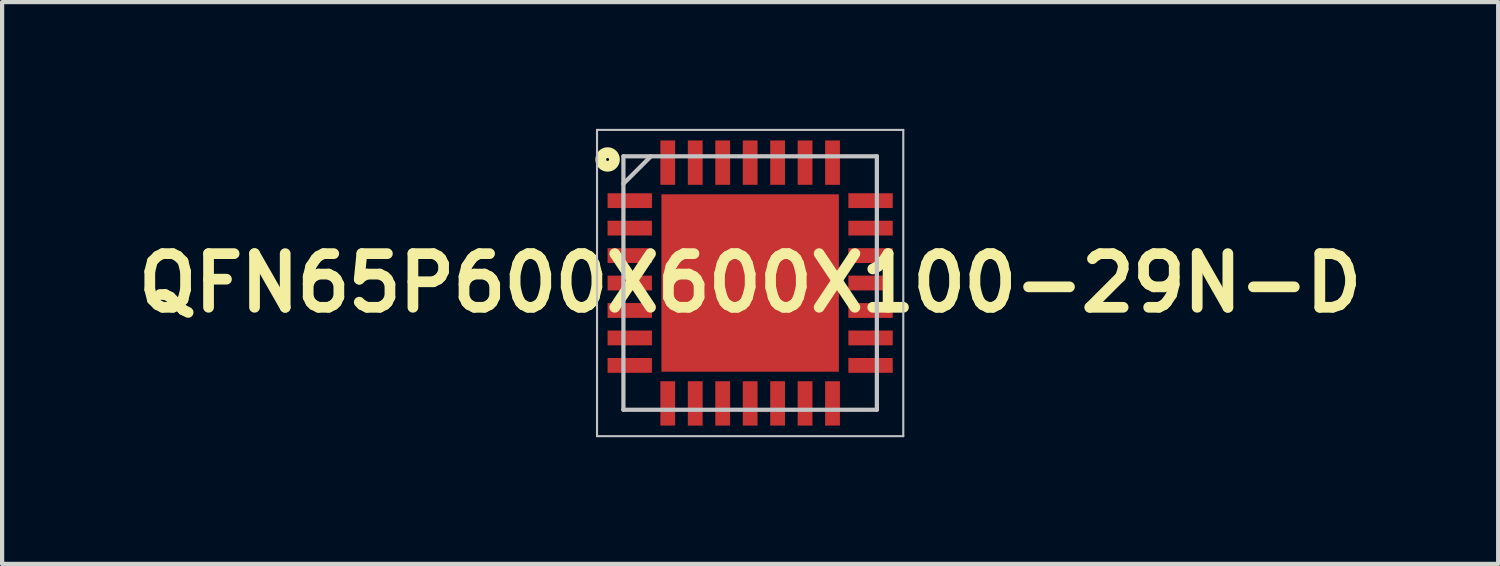
<source format=kicad_pcb>
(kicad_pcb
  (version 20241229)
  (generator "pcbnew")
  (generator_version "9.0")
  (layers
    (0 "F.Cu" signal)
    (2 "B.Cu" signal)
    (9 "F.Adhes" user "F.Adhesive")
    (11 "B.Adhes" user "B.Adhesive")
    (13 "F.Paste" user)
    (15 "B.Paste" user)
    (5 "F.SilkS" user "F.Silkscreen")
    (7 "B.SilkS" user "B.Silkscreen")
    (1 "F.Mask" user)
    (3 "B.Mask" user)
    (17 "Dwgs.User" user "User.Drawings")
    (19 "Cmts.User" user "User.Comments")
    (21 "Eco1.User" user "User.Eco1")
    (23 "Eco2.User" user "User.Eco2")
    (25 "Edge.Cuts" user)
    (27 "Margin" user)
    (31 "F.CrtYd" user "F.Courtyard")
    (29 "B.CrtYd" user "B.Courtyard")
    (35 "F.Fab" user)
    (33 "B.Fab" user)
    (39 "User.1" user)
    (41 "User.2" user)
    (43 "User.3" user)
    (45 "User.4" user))
  (footprint "QFN65P600X600X100-29N-D"
    (layer "F.Cu")
    (at 14.708 3.65)
    (property "Reference" "QFN65P600X600X100-29N-D" (at 0 0 0) (layer "F.SilkS") (effects (font (size 1.27 1.27) (thickness 0.254))))
    (attr smd)
    (fp_circle (center -3.374 -2.925) (end -3.212 -2.925) (stroke (width 0.254) (type solid)) (fill no) (layer "F.SilkS"))
    (fp_line (start -3.625 -3.625) (end 3.625 -3.625) (stroke (width 0.05) (type solid)) (layer "Dwgs.User"))
    (fp_line (start -3.625 3.625) (end -3.625 -3.625) (stroke (width 0.05) (type solid)) (layer "Dwgs.User"))
    (fp_line (start -3 -3) (end 3 -3) (stroke (width 0.1) (type solid)) (layer "Dwgs.User"))
    (fp_line (start -3 -2.35) (end -2.35 -3) (stroke (width 0.1) (type solid)) (layer "Dwgs.User"))
    (fp_line (start -3 3) (end -3 -3) (stroke (width 0.1) (type solid)) (layer "Dwgs.User"))
    (fp_line (start 3 -3) (end 3 3) (stroke (width 0.1) (type solid)) (layer "Dwgs.User"))
    (fp_line (start 3 3) (end -3 3) (stroke (width 0.1) (type solid)) (layer "Dwgs.User"))
    (fp_line (start 3.625 -3.625) (end 3.625 3.625) (stroke (width 0.05) (type solid)) (layer "Dwgs.User"))
    (fp_line (start 3.625 3.625) (end -3.625 3.625) (stroke (width 0.05) (type solid)) (layer "Dwgs.User"))
    (pad "1" smd rect (at -2.85 -1.95 90) (size 0.35 1.05) (layers "F.Cu" "F.Mask" "F.Paste"))
    (pad "2" smd rect (at -2.85 -1.3 90) (size 0.35 1.05) (layers "F.Cu" "F.Mask" "F.Paste"))
    (pad "3" smd rect (at -2.85 -0.65 90) (size 0.35 1.05) (layers "F.Cu" "F.Mask" "F.Paste"))
    (pad "4" smd rect (at -2.85 0 90) (size 0.35 1.05) (layers "F.Cu" "F.Mask" "F.Paste"))
    (pad "5" smd rect (at -2.85 0.65 90) (size 0.35 1.05) (layers "F.Cu" "F.Mask" "F.Paste"))
    (pad "6" smd rect (at -2.85 1.3 90) (size 0.35 1.05) (layers "F.Cu" "F.Mask" "F.Paste"))
    (pad "7" smd rect (at -2.85 1.95 90) (size 0.35 1.05) (layers "F.Cu" "F.Mask" "F.Paste"))
    (pad "8" smd rect (at -1.95 2.85) (size 0.35 1.05) (layers "F.Cu" "F.Mask" "F.Paste"))
    (pad "9" smd rect (at -1.3 2.85) (size 0.35 1.05) (layers "F.Cu" "F.Mask" "F.Paste"))
    (pad "10" smd rect (at -0.65 2.85) (size 0.35 1.05) (layers "F.Cu" "F.Mask" "F.Paste"))
    (pad "11" smd rect (at 0 2.85) (size 0.35 1.05) (layers "F.Cu" "F.Mask" "F.Paste"))
    (pad "12" smd rect (at 0.65 2.85) (size 0.35 1.05) (layers "F.Cu" "F.Mask" "F.Paste"))
    (pad "13" smd rect (at 1.3 2.85) (size 0.35 1.05) (layers "F.Cu" "F.Mask" "F.Paste"))
    (pad "14" smd rect (at 1.95 2.85) (size 0.35 1.05) (layers "F.Cu" "F.Mask" "F.Paste"))
    (pad "15" smd rect (at 2.85 1.95 90) (size 0.35 1.05) (layers "F.Cu" "F.Mask" "F.Paste"))
    (pad "16" smd rect (at 2.85 1.3 90) (size 0.35 1.05) (layers "F.Cu" "F.Mask" "F.Paste"))
    (pad "17" smd rect (at 2.85 0.65 90) (size 0.35 1.05) (layers "F.Cu" "F.Mask" "F.Paste"))
    (pad "18" smd rect (at 2.85 0 90) (size 0.35 1.05) (layers "F.Cu" "F.Mask" "F.Paste"))
    (pad "19" smd rect (at 2.85 -0.65 90) (size 0.35 1.05) (layers "F.Cu" "F.Mask" "F.Paste"))
    (pad "20" smd rect (at 2.85 -1.3 90) (size 0.35 1.05) (layers "F.Cu" "F.Mask" "F.Paste"))
    (pad "21" smd rect (at 2.85 -1.95 90) (size 0.35 1.05) (layers "F.Cu" "F.Mask" "F.Paste"))
    (pad "22" smd rect (at 1.95 -2.85) (size 0.35 1.05) (layers "F.Cu" "F.Mask" "F.Paste"))
    (pad "23" smd rect (at 1.3 -2.85) (size 0.35 1.05) (layers "F.Cu" "F.Mask" "F.Paste"))
    (pad "24" smd rect (at 0.65 -2.85) (size 0.35 1.05) (layers "F.Cu" "F.Mask" "F.Paste"))
    (pad "25" smd rect (at 0 -2.85) (size 0.35 1.05) (layers "F.Cu" "F.Mask" "F.Paste"))
    (pad "26" smd rect (at -0.65 -2.85) (size 0.35 1.05) (layers "F.Cu" "F.Mask" "F.Paste"))
    (pad "27" smd rect (at -1.3 -2.85) (size 0.35 1.05) (layers "F.Cu" "F.Mask" "F.Paste"))
    (pad "28" smd rect (at -1.95 -2.85) (size 0.35 1.05) (layers "F.Cu" "F.Mask" "F.Paste"))
    (pad "29" smd rect (at 0 0) (size 4.2 4.2) (layers "F.Cu" "F.Mask" "F.Paste")))
  (gr_rect
    (start -3 -3)
    (end 32.416 10.3)
    (stroke (width 0.1) (type default))
    (fill no)
    (layer "Edge.Cuts")))
</source>
